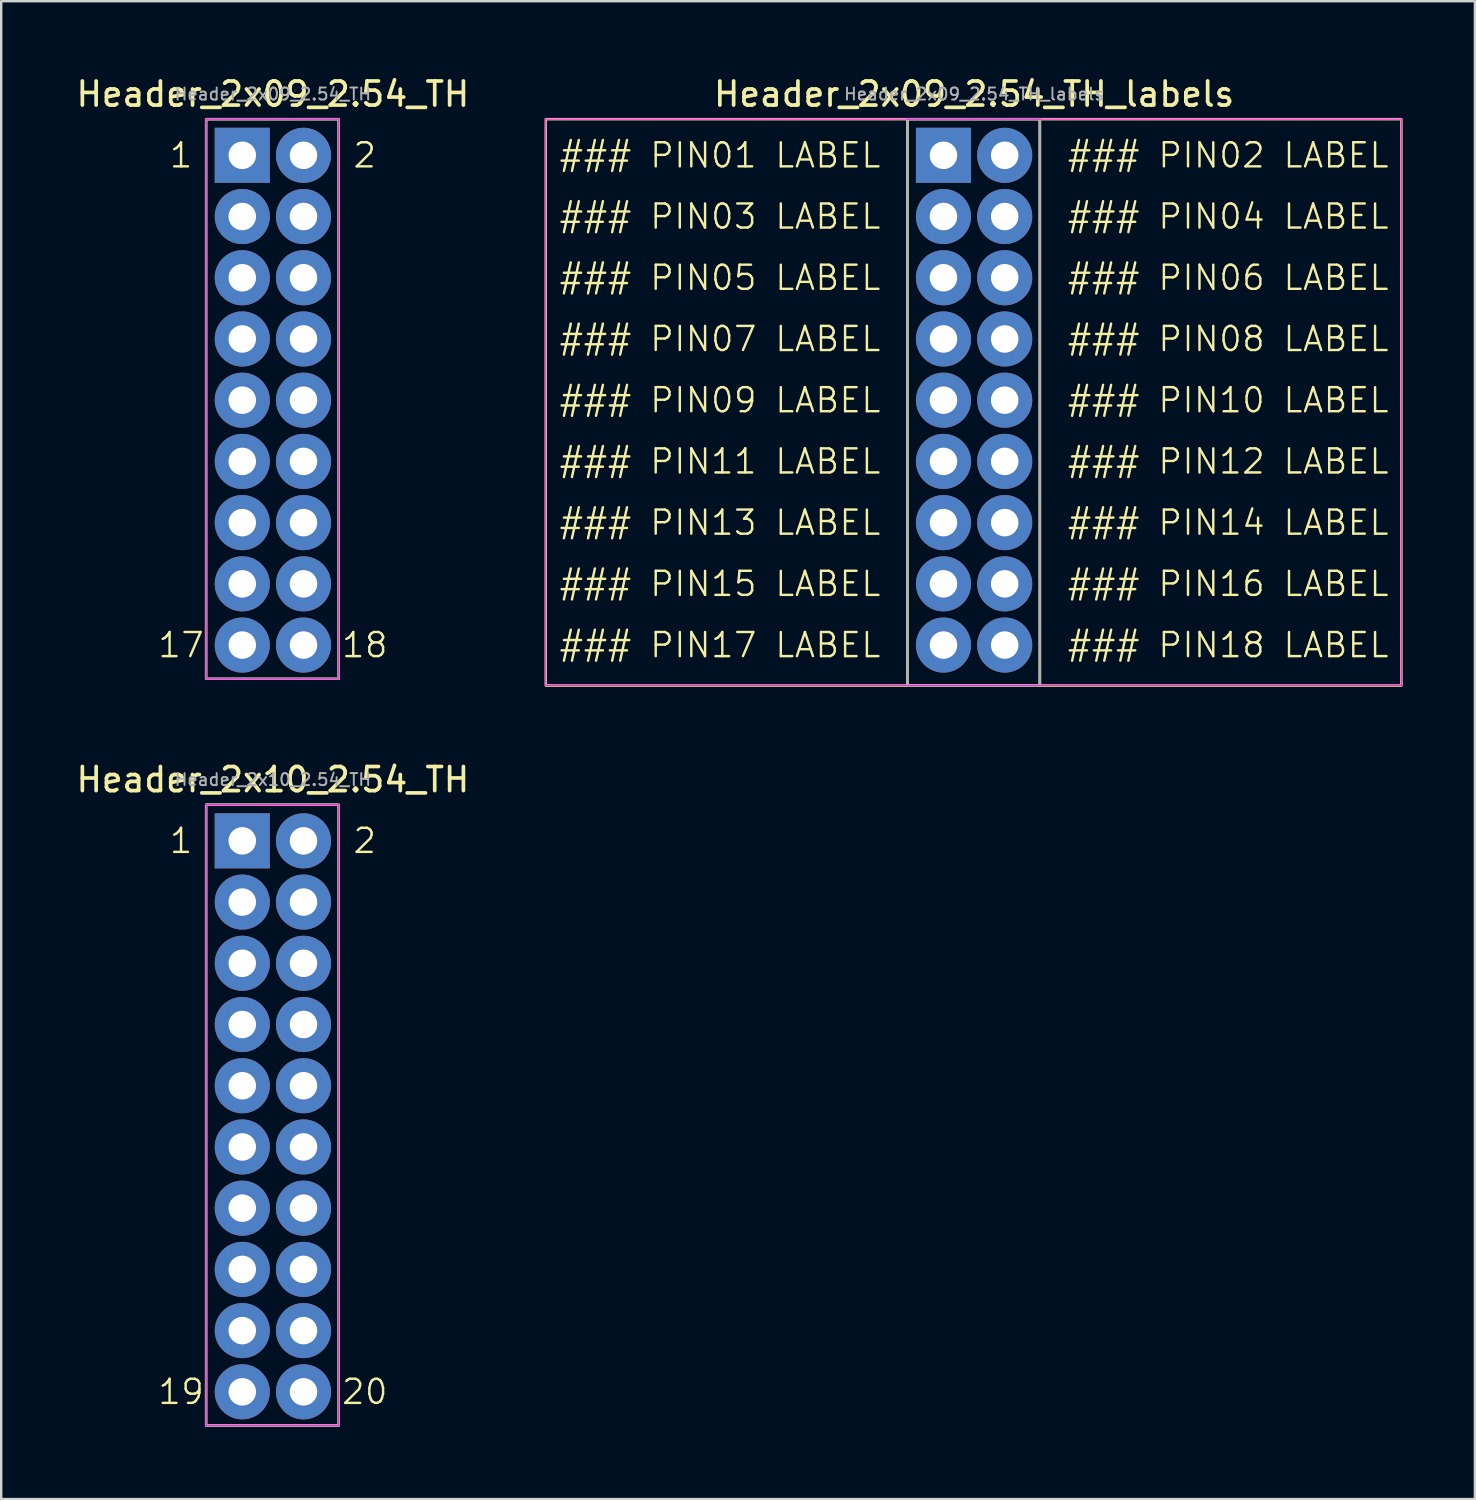
<source format=kicad_pcb>
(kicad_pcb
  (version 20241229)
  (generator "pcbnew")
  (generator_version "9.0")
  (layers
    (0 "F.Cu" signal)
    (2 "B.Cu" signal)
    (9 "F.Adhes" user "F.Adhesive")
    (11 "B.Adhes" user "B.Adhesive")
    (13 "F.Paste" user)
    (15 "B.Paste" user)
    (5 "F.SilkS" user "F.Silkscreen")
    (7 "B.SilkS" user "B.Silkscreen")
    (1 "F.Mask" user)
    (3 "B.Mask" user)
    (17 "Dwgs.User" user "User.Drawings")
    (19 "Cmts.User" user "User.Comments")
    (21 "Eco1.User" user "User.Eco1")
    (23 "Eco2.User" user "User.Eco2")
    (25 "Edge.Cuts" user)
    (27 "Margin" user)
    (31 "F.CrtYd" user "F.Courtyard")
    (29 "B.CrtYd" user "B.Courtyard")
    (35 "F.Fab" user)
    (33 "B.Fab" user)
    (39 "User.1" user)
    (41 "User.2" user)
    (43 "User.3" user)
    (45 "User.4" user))
  (footprint "Header_2x09_2.54_TH"
    (layer "F.Cu")
    (at 7.002 3.394)
    (property "Reference" "Header_2x09_2.54_TH" (at 1.27 -2.54 0) (layer "F.SilkS") (effects (font (size 1 1) (thickness 0.153))))
    (attr through_hole)
    (fp_rect (start -1.5 -1.5) (end 4 21.72) (stroke (width 0.1) (type default)) (fill no) (layer "F.SilkS"))
    (fp_line (start -1.5 -1.5) (end 4 -1.5) (stroke (width 0.05) (type default)) (layer "F.CrtYd"))
    (fp_line (start -1.5 21.72) (end -1.5 -1.5) (stroke (width 0.05) (type default)) (layer "F.CrtYd"))
    (fp_line (start 4 -1.5) (end 4 21.72) (stroke (width 0.05) (type default)) (layer "F.CrtYd"))
    (fp_line (start 4 21.72) (end -1.5 21.72) (stroke (width 0.05) (type default)) (layer "F.CrtYd"))
    (fp_rect (start -1.5 -1.5) (end 4 21.72) (stroke (width 0.1) (type default)) (fill no) (layer "F.Fab"))
    (fp_text user "17" (at -2.54 20.32 0) (unlocked yes) (layer "F.SilkS") (effects (font (size 1 1) (thickness 0.1))))
    (fp_text user "1" (at -2.54 0 0) (unlocked yes) (layer "F.SilkS") (effects (font (size 1 1) (thickness 0.1))))
    (fp_text user "18" (at 5.08 20.32 0) (unlocked yes) (layer "F.SilkS") (effects (font (size 1 1) (thickness 0.1))))
    (fp_text user "2" (at 5.08 0 0) (unlocked yes) (layer "F.SilkS") (effects (font (size 1 1) (thickness 0.1))))
    (fp_text user "${REFERENCE}" (at 1.27 -2.54 0) (layer "F.Fab") (effects (font (size 0.5 0.5) (thickness 0.08))))
    (pad "1" thru_hole rect (at 0 0) (size 2.286 2.286) (drill 1.143) (layers "*.Cu" "*.Mask"))
    (pad "2" thru_hole circle (at 2.54 0) (size 2.286 2.286) (drill 1.143) (layers "*.Cu" "*.Mask"))
    (pad "3" thru_hole circle (at 0 2.54) (size 2.286 2.286) (drill 1.143) (layers "*.Cu" "*.Mask"))
    (pad "4" thru_hole circle (at 2.54 2.54) (size 2.286 2.286) (drill 1.143) (layers "*.Cu" "*.Mask"))
    (pad "5" thru_hole circle (at 0 5.08) (size 2.286 2.286) (drill 1.143) (layers "*.Cu" "*.Mask"))
    (pad "6" thru_hole circle (at 2.54 5.08) (size 2.286 2.286) (drill 1.143) (layers "*.Cu" "*.Mask"))
    (pad "7" thru_hole circle (at 0 7.62) (size 2.286 2.286) (drill 1.143) (layers "*.Cu" "*.Mask"))
    (pad "8" thru_hole circle (at 2.54 7.62) (size 2.286 2.286) (drill 1.143) (layers "*.Cu" "*.Mask"))
    (pad "9" thru_hole circle (at 0 10.16) (size 2.286 2.286) (drill 1.143) (layers "*.Cu" "*.Mask"))
    (pad "10" thru_hole circle (at 2.54 10.16) (size 2.286 2.286) (drill 1.143) (layers "*.Cu" "*.Mask"))
    (pad "11" thru_hole circle (at 0 12.7) (size 2.286 2.286) (drill 1.143) (layers "*.Cu" "*.Mask"))
    (pad "12" thru_hole circle (at 2.54 12.7) (size 2.286 2.286) (drill 1.143) (layers "*.Cu" "*.Mask"))
    (pad "13" thru_hole circle (at 0 15.24) (size 2.286 2.286) (drill 1.143) (layers "*.Cu" "*.Mask"))
    (pad "14" thru_hole circle (at 2.54 15.24) (size 2.286 2.286) (drill 1.143) (layers "*.Cu" "*.Mask"))
    (pad "15" thru_hole circle (at 0 17.78) (size 2.286 2.286) (drill 1.143) (layers "*.Cu" "*.Mask"))
    (pad "16" thru_hole circle (at 2.54 17.78) (size 2.286 2.286) (drill 1.143) (layers "*.Cu" "*.Mask"))
    (pad "17" thru_hole circle (at 0 20.32) (size 2.286 2.286) (drill 1.143) (layers "*.Cu" "*.Mask"))
    (pad "18" thru_hole circle (at 2.54 20.32) (size 2.286 2.286) (drill 1.143) (layers "*.Cu" "*.Mask")))
  (footprint "Header_2x09_2.54_TH_labels"
    (layer "F.Cu")
    (at 36.095 3.394)
    (property "Reference" "Header_2x09_2.54_TH_labels" (at 1.27 -2.54 0) (layer "F.SilkS") (effects (font (size 1 1) (thickness 0.153))))
    (attr through_hole)
    (fp_rect (start -16.5 -1.5) (end -1.5 22) (stroke (width 0.1) (type default)) (fill no) (layer "F.SilkS"))
    (fp_rect (start -1.5 -1.5) (end 4 22) (stroke (width 0.1) (type default)) (fill no) (layer "F.SilkS"))
    (fp_rect (start 4 -1.5) (end 19 22) (stroke (width 0.1) (type default)) (fill no) (layer "F.SilkS"))
    (fp_line (start -16.5 -1.5) (end 19 -1.5) (stroke (width 0.05) (type default)) (layer "F.CrtYd"))
    (fp_line (start -16.5 22) (end -16.5 -1.5) (stroke (width 0.05) (type default)) (layer "F.CrtYd"))
    (fp_line (start 19 -1.5) (end 19 22) (stroke (width 0.05) (type default)) (layer "F.CrtYd"))
    (fp_line (start 19 22) (end -16.5 22) (stroke (width 0.05) (type default)) (layer "F.CrtYd"))
    (fp_rect (start -1.5 -1.5) (end 4 22) (stroke (width 0.1) (type default)) (fill no) (layer "F.Fab"))
    (fp_text user "### PIN04 LABEL" (at 5.08 2.54 0) (unlocked yes) (layer "F.SilkS") (effects (font (size 1 1) (thickness 0.1)) (justify left)))
    (fp_text user "### PIN16 LABEL" (at 5.08 17.78 0) (unlocked yes) (layer "F.SilkS") (effects (font (size 1 1) (thickness 0.1)) (justify left)))
    (fp_text user "### PIN10 LABEL" (at 5.08 10.16 0) (unlocked yes) (layer "F.SilkS") (effects (font (size 1 1) (thickness 0.1)) (justify left)))
    (fp_text user "### PIN06 LABEL" (at 5.08 5.08 0) (unlocked yes) (layer "F.SilkS") (effects (font (size 1 1) (thickness 0.1)) (justify left)))
    (fp_text user "### PIN12 LABEL" (at 5.08 12.7 0) (unlocked yes) (layer "F.SilkS") (effects (font (size 1 1) (thickness 0.1)) (justify left)))
    (fp_text user "### PIN01 LABEL" (at -2.54 0 0) (unlocked yes) (layer "F.SilkS") (effects (font (size 1 1) (thickness 0.1)) (justify right)))
    (fp_text user "### PIN08 LABEL" (at 5.08 7.62 0) (unlocked yes) (layer "F.SilkS") (effects (font (size 1 1) (thickness 0.1)) (justify left)))
    (fp_text user "### PIN02 LABEL" (at 5.08 0 0) (unlocked yes) (layer "F.SilkS") (effects (font (size 1 1) (thickness 0.1)) (justify left)))
    (fp_text user "### PIN18 LABEL" (at 5.08 20.32 0) (unlocked yes) (layer "F.SilkS") (effects (font (size 1 1) (thickness 0.1)) (justify left)))
    (fp_text user "### PIN17 LABEL" (at -2.54 20.32 0) (unlocked yes) (layer "F.SilkS") (effects (font (size 1 1) (thickness 0.1)) (justify right)))
    (fp_text user "### PIN03 LABEL" (at -2.54 2.54 0) (unlocked yes) (layer "F.SilkS") (effects (font (size 1 1) (thickness 0.1)) (justify right)))
    (fp_text user "### PIN15 LABEL" (at -2.54 17.78 0) (unlocked yes) (layer "F.SilkS") (effects (font (size 1 1) (thickness 0.1)) (justify right)))
    (fp_text user "### PIN05 LABEL" (at -2.54 5.08 0) (unlocked yes) (layer "F.SilkS") (effects (font (size 1 1) (thickness 0.1)) (justify right)))
    (fp_text user "### PIN09 LABEL" (at -2.54 10.16 0) (unlocked yes) (layer "F.SilkS") (effects (font (size 1 1) (thickness 0.1)) (justify right)))
    (fp_text user "### PIN07 LABEL" (at -2.54 7.62 0) (unlocked yes) (layer "F.SilkS") (effects (font (size 1 1) (thickness 0.1)) (justify right)))
    (fp_text user "### PIN11 LABEL" (at -2.54 12.7 0) (unlocked yes) (layer "F.SilkS") (effects (font (size 1 1) (thickness 0.1)) (justify right)))
    (fp_text user "### PIN14 LABEL" (at 5.08 15.24 0) (unlocked yes) (layer "F.SilkS") (effects (font (size 1 1) (thickness 0.1)) (justify left)))
    (fp_text user "### PIN13 LABEL" (at -2.54 15.24 0) (unlocked yes) (layer "F.SilkS") (effects (font (size 1 1) (thickness 0.1)) (justify right)))
    (fp_text user "${REFERENCE}" (at 1.27 -2.54 0) (layer "F.Fab") (effects (font (size 0.5 0.5) (thickness 0.08))))
    (pad "1" thru_hole rect (at 0 0) (size 2.286 2.286) (drill 1.143) (layers "*.Cu" "*.Mask"))
    (pad "2" thru_hole circle (at 2.54 0) (size 2.286 2.286) (drill 1.143) (layers "*.Cu" "*.Mask"))
    (pad "3" thru_hole circle (at 0 2.54) (size 2.286 2.286) (drill 1.143) (layers "*.Cu" "*.Mask"))
    (pad "4" thru_hole circle (at 2.54 2.54) (size 2.286 2.286) (drill 1.143) (layers "*.Cu" "*.Mask"))
    (pad "5" thru_hole circle (at 0 5.08) (size 2.286 2.286) (drill 1.143) (layers "*.Cu" "*.Mask"))
    (pad "6" thru_hole circle (at 2.54 5.08) (size 2.286 2.286) (drill 1.143) (layers "*.Cu" "*.Mask"))
    (pad "7" thru_hole circle (at 0 7.62) (size 2.286 2.286) (drill 1.143) (layers "*.Cu" "*.Mask"))
    (pad "8" thru_hole circle (at 2.54 7.62) (size 2.286 2.286) (drill 1.143) (layers "*.Cu" "*.Mask"))
    (pad "9" thru_hole circle (at 0 10.16) (size 2.286 2.286) (drill 1.143) (layers "*.Cu" "*.Mask"))
    (pad "10" thru_hole circle (at 2.54 10.16) (size 2.286 2.286) (drill 1.143) (layers "*.Cu" "*.Mask"))
    (pad "11" thru_hole circle (at 0 12.7) (size 2.286 2.286) (drill 1.143) (layers "*.Cu" "*.Mask"))
    (pad "12" thru_hole circle (at 2.54 12.7) (size 2.286 2.286) (drill 1.143) (layers "*.Cu" "*.Mask"))
    (pad "13" thru_hole circle (at 0 15.24) (size 2.286 2.286) (drill 1.143) (layers "*.Cu" "*.Mask"))
    (pad "14" thru_hole circle (at 2.54 15.24) (size 2.286 2.286) (drill 1.143) (layers "*.Cu" "*.Mask"))
    (pad "15" thru_hole circle (at 0 17.78) (size 2.286 2.286) (drill 1.143) (layers "*.Cu" "*.Mask"))
    (pad "16" thru_hole circle (at 2.54 17.78) (size 2.286 2.286) (drill 1.143) (layers "*.Cu" "*.Mask"))
    (pad "17" thru_hole circle (at 0 20.32) (size 2.286 2.286) (drill 1.143) (layers "*.Cu" "*.Mask"))
    (pad "18" thru_hole circle (at 2.54 20.32) (size 2.286 2.286) (drill 1.143) (layers "*.Cu" "*.Mask")))
  (footprint "Header_2x10_2.54_TH"
    (layer "F.Cu")
    (at 7.002 31.837)
    (property "Reference" "Header_2x10_2.54_TH" (at 1.27 -2.54 0) (layer "F.SilkS") (effects (font (size 1 1) (thickness 0.153))))
    (attr through_hole)
    (fp_rect (start -1.5 -1.5) (end 4 24.26) (stroke (width 0.1) (type default)) (fill no) (layer "F.SilkS"))
    (fp_line (start -1.5 -1.5) (end 4 -1.5) (stroke (width 0.05) (type default)) (layer "F.CrtYd"))
    (fp_line (start -1.5 24.26) (end -1.5 -1.5) (stroke (width 0.05) (type default)) (layer "F.CrtYd"))
    (fp_line (start 4 -1.5) (end 4 24.26) (stroke (width 0.05) (type default)) (layer "F.CrtYd"))
    (fp_line (start 4 24.26) (end -1.5 24.26) (stroke (width 0.05) (type default)) (layer "F.CrtYd"))
    (fp_rect (start -1.5 -1.5) (end 4 24.26) (stroke (width 0.1) (type default)) (fill no) (layer "F.Fab"))
    (fp_text user "20" (at 5.08 22.86 0) (unlocked yes) (layer "F.SilkS") (effects (font (size 1 1) (thickness 0.1))))
    (fp_text user "19" (at -2.54 22.86 0) (unlocked yes) (layer "F.SilkS") (effects (font (size 1 1) (thickness 0.1))))
    (fp_text user "2" (at 5.08 0 0) (unlocked yes) (layer "F.SilkS") (effects (font (size 1 1) (thickness 0.1))))
    (fp_text user "1" (at -2.54 0 0) (unlocked yes) (layer "F.SilkS") (effects (font (size 1 1) (thickness 0.1))))
    (fp_text user "${REFERENCE}" (at 1.27 -2.54 0) (layer "F.Fab") (effects (font (size 0.5 0.5) (thickness 0.08))))
    (pad "1" thru_hole rect (at 0 0) (size 2.286 2.286) (drill 1.143) (layers "*.Cu" "*.Mask"))
    (pad "2" thru_hole circle (at 2.54 0) (size 2.286 2.286) (drill 1.143) (layers "*.Cu" "*.Mask"))
    (pad "3" thru_hole circle (at 0 2.54) (size 2.286 2.286) (drill 1.143) (layers "*.Cu" "*.Mask"))
    (pad "4" thru_hole circle (at 2.54 2.54) (size 2.286 2.286) (drill 1.143) (layers "*.Cu" "*.Mask"))
    (pad "5" thru_hole circle (at 0 5.08) (size 2.286 2.286) (drill 1.143) (layers "*.Cu" "*.Mask"))
    (pad "6" thru_hole circle (at 2.54 5.08) (size 2.286 2.286) (drill 1.143) (layers "*.Cu" "*.Mask"))
    (pad "7" thru_hole circle (at 0 7.62) (size 2.286 2.286) (drill 1.143) (layers "*.Cu" "*.Mask"))
    (pad "8" thru_hole circle (at 2.54 7.62) (size 2.286 2.286) (drill 1.143) (layers "*.Cu" "*.Mask"))
    (pad "9" thru_hole circle (at 0 10.16) (size 2.286 2.286) (drill 1.143) (layers "*.Cu" "*.Mask"))
    (pad "10" thru_hole circle (at 2.54 10.16) (size 2.286 2.286) (drill 1.143) (layers "*.Cu" "*.Mask"))
    (pad "11" thru_hole circle (at 0 12.7) (size 2.286 2.286) (drill 1.143) (layers "*.Cu" "*.Mask"))
    (pad "12" thru_hole circle (at 2.54 12.7) (size 2.286 2.286) (drill 1.143) (layers "*.Cu" "*.Mask"))
    (pad "13" thru_hole circle (at 0 15.24) (size 2.286 2.286) (drill 1.143) (layers "*.Cu" "*.Mask"))
    (pad "14" thru_hole circle (at 2.54 15.24) (size 2.286 2.286) (drill 1.143) (layers "*.Cu" "*.Mask"))
    (pad "15" thru_hole circle (at 0 17.78) (size 2.286 2.286) (drill 1.143) (layers "*.Cu" "*.Mask"))
    (pad "16" thru_hole circle (at 2.54 17.78) (size 2.286 2.286) (drill 1.143) (layers "*.Cu" "*.Mask"))
    (pad "17" thru_hole circle (at 0 20.32) (size 2.286 2.286) (drill 1.143) (layers "*.Cu" "*.Mask"))
    (pad "18" thru_hole circle (at 2.54 20.32) (size 2.286 2.286) (drill 1.143) (layers "*.Cu" "*.Mask"))
    (pad "19" thru_hole circle (at 0 22.86) (size 2.286 2.286) (drill 1.143) (layers "*.Cu" "*.Mask"))
    (pad "20" thru_hole circle (at 2.54 22.86) (size 2.286 2.286) (drill 1.143) (layers "*.Cu" "*.Mask")))
  (gr_rect
    (start -3 -3)
    (end 58.145 59.147)
    (stroke (width 0.1) (type default))
    (fill no)
    (layer "Edge.Cuts")))
</source>
